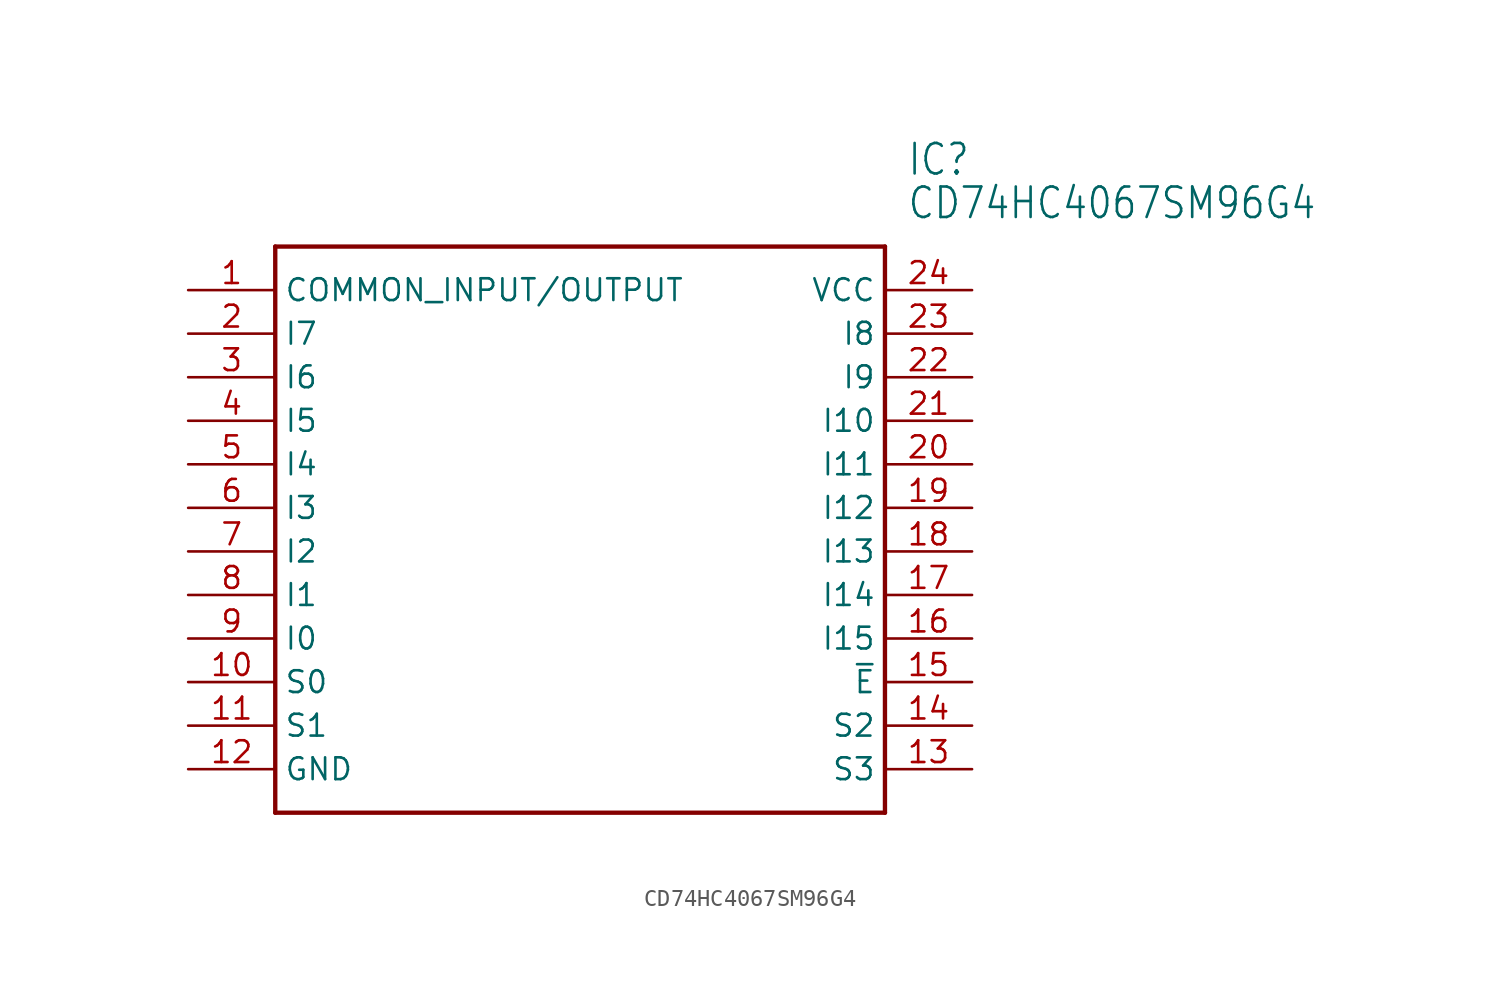
<source format=kicad_sym>
(kicad_symbol_lib
  (version 20211014)
  (generator kicad_symbol_editor)
  (symbol "CD74HC4067SM96G4"
    (property "Reference" "IC"
      (at 41.91 7.62 0)
      (effects (font (size 1.778 1.511)) (justify left)))
    (property "Value" "CD74HC4067SM96G4"
      (at 41.91 5.08 0)
      (effects (font (size 1.778 1.511)) (justify left)))
    (property "ki_locked" ""
      (at 0 0 0)
      (effects (font (size 1.27 1.27))))
    (symbol "CD74HC4067SM96G4_1_0"
      (polyline (pts (xy 5.08 2.54) (xy 5.08 -30.48)) (stroke (width 0.254) (type default) (color 0 0 0 0)) (fill (type none)))
      (polyline (pts (xy 5.08 2.54) (xy 40.64 2.54)) (stroke (width 0.254) (type default) (color 0 0 0 0)) (fill (type none)))
      (polyline (pts (xy 40.64 -30.48) (xy 5.08 -30.48)) (stroke (width 0.254) (type default) (color 0 0 0 0)) (fill (type none)))
      (polyline (pts (xy 40.64 -30.48) (xy 40.64 2.54)) (stroke (width 0.254) (type default) (color 0 0 0 0)) (fill (type none)))
      (pin bidirectional line (at 0 0 0) (length 5.08) (name "COMMON_INPUT/OUTPUT" (effects (font (size 1.27 1.27)))) (number "1" (effects (font (size 1.27 1.27)))))
      (pin bidirectional line (at 0 -22.86 0) (length 5.08) (name "S0" (effects (font (size 1.27 1.27)))) (number "10" (effects (font (size 1.27 1.27)))))
      (pin bidirectional line (at 0 -25.4 0) (length 5.08) (name "S1" (effects (font (size 1.27 1.27)))) (number "11" (effects (font (size 1.27 1.27)))))
      (pin bidirectional line (at 0 -27.94 0) (length 5.08) (name "GND" (effects (font (size 1.27 1.27)))) (number "12" (effects (font (size 1.27 1.27)))))
      (pin bidirectional line (at 45.72 -27.94 180) (length 5.08) (name "S3" (effects (font (size 1.27 1.27)))) (number "13" (effects (font (size 1.27 1.27)))))
      (pin bidirectional line (at 45.72 -25.4 180) (length 5.08) (name "S2" (effects (font (size 1.27 1.27)))) (number "14" (effects (font (size 1.27 1.27)))))
      (pin bidirectional line (at 45.72 -22.86 180) (length 5.08) (name "~{E}" (effects (font (size 1.27 1.27)))) (number "15" (effects (font (size 1.27 1.27)))))
      (pin bidirectional line (at 45.72 -20.32 180) (length 5.08) (name "I15" (effects (font (size 1.27 1.27)))) (number "16" (effects (font (size 1.27 1.27)))))
      (pin bidirectional line (at 45.72 -17.78 180) (length 5.08) (name "I14" (effects (font (size 1.27 1.27)))) (number "17" (effects (font (size 1.27 1.27)))))
      (pin bidirectional line (at 45.72 -15.24 180) (length 5.08) (name "I13" (effects (font (size 1.27 1.27)))) (number "18" (effects (font (size 1.27 1.27)))))
      (pin bidirectional line (at 45.72 -12.7 180) (length 5.08) (name "I12" (effects (font (size 1.27 1.27)))) (number "19" (effects (font (size 1.27 1.27)))))
      (pin bidirectional line (at 0 -2.54 0) (length 5.08) (name "I7" (effects (font (size 1.27 1.27)))) (number "2" (effects (font (size 1.27 1.27)))))
      (pin bidirectional line (at 45.72 -10.16 180) (length 5.08) (name "I11" (effects (font (size 1.27 1.27)))) (number "20" (effects (font (size 1.27 1.27)))))
      (pin bidirectional line (at 45.72 -7.62 180) (length 5.08) (name "I10" (effects (font (size 1.27 1.27)))) (number "21" (effects (font (size 1.27 1.27)))))
      (pin bidirectional line (at 45.72 -5.08 180) (length 5.08) (name "I9" (effects (font (size 1.27 1.27)))) (number "22" (effects (font (size 1.27 1.27)))))
      (pin bidirectional line (at 45.72 -2.54 180) (length 5.08) (name "I8" (effects (font (size 1.27 1.27)))) (number "23" (effects (font (size 1.27 1.27)))))
      (pin bidirectional line (at 45.72 0 180) (length 5.08) (name "VCC" (effects (font (size 1.27 1.27)))) (number "24" (effects (font (size 1.27 1.27)))))
      (pin bidirectional line (at 0 -5.08 0) (length 5.08) (name "I6" (effects (font (size 1.27 1.27)))) (number "3" (effects (font (size 1.27 1.27)))))
      (pin bidirectional line (at 0 -7.62 0) (length 5.08) (name "I5" (effects (font (size 1.27 1.27)))) (number "4" (effects (font (size 1.27 1.27)))))
      (pin bidirectional line (at 0 -10.16 0) (length 5.08) (name "I4" (effects (font (size 1.27 1.27)))) (number "5" (effects (font (size 1.27 1.27)))))
      (pin bidirectional line (at 0 -12.7 0) (length 5.08) (name "I3" (effects (font (size 1.27 1.27)))) (number "6" (effects (font (size 1.27 1.27)))))
      (pin bidirectional line (at 0 -15.24 0) (length 5.08) (name "I2" (effects (font (size 1.27 1.27)))) (number "7" (effects (font (size 1.27 1.27)))))
      (pin bidirectional line (at 0 -17.78 0) (length 5.08) (name "I1" (effects (font (size 1.27 1.27)))) (number "8" (effects (font (size 1.27 1.27)))))
      (pin bidirectional line (at 0 -20.32 0) (length 5.08) (name "I0" (effects (font (size 1.27 1.27)))) (number "9" (effects (font (size 1.27 1.27))))))))
</source>
